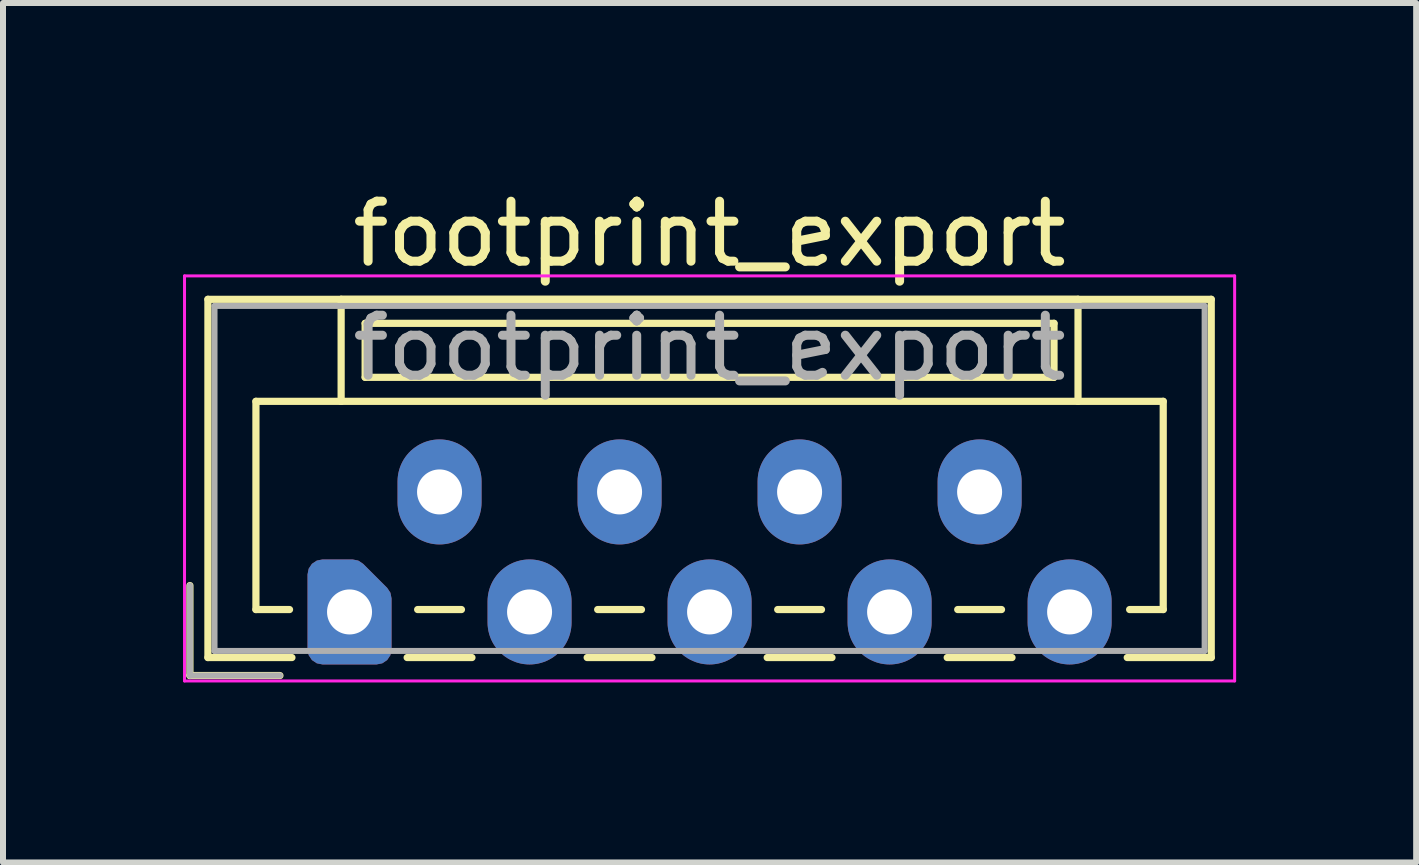
<source format=kicad_pcb>
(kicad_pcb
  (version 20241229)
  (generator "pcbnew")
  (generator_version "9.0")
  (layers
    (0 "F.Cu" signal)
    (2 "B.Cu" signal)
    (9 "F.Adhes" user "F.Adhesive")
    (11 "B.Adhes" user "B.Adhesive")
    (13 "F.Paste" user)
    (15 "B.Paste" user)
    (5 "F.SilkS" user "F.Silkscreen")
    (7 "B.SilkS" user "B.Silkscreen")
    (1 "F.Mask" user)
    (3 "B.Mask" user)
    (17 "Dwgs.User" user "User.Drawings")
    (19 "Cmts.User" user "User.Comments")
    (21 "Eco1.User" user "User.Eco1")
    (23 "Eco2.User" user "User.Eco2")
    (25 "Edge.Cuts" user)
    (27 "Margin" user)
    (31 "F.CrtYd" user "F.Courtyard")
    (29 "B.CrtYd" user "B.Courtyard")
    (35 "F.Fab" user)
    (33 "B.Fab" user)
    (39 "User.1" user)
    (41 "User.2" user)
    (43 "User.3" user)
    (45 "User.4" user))
  (footprint "footprint_export"
    (layer "F.Cu")
    (at 2.775 7.148)
    (property "Reference" "footprint_export" (at 6 -6.3 0) (layer "F.SilkS") (effects (font (size 1 1) (thickness 0.15))))
    (attr through_hole)
    (fp_line (start -2.66 -0.44) (end -2.66 1.06) (stroke (width 0.12) (type solid)) (layer "F.SilkS"))
    (fp_line (start -2.66 1.06) (end -1.16 1.06) (stroke (width 0.12) (type solid)) (layer "F.SilkS"))
    (fp_line (start -2.36 -5.21) (end 14.36 -5.21) (stroke (width 0.12) (type solid)) (layer "F.SilkS"))
    (fp_line (start -2.36 0.76) (end -2.36 -5.21) (stroke (width 0.12) (type solid)) (layer "F.SilkS"))
    (fp_line (start -1.56 -3.51) (end -1.56 -0.04) (stroke (width 0.12) (type solid)) (layer "F.SilkS"))
    (fp_line (start -1.56 -0.04) (end -1 -0.04) (stroke (width 0.12) (type solid)) (layer "F.SilkS"))
    (fp_line (start -0.96 0.76) (end -2.36 0.76) (stroke (width 0.12) (type solid)) (layer "F.SilkS"))
    (fp_line (start -0.14 -5.21) (end -0.14 -3.51) (stroke (width 0.12) (type solid)) (layer "F.SilkS"))
    (fp_line (start -0.14 -3.51) (end -1.56 -3.51) (stroke (width 0.12) (type solid)) (layer "F.SilkS"))
    (fp_line (start -0.14 -3.51) (end 12.14 -3.51) (stroke (width 0.12) (type solid)) (layer "F.SilkS"))
    (fp_line (start 0.26 -4.81) (end 0.26 -3.91) (stroke (width 0.12) (type solid)) (layer "F.SilkS"))
    (fp_line (start 0.26 -3.91) (end 11.74 -3.91) (stroke (width 0.12) (type solid)) (layer "F.SilkS"))
    (fp_line (start 0.96 0.76) (end 2.04 0.76) (stroke (width 0.12) (type solid)) (layer "F.SilkS"))
    (fp_line (start 1.135 -0.04) (end 1.865 -0.04) (stroke (width 0.12) (type solid)) (layer "F.SilkS"))
    (fp_line (start 3.96 0.76) (end 5.04 0.76) (stroke (width 0.12) (type solid)) (layer "F.SilkS"))
    (fp_line (start 4.135 -0.04) (end 4.865 -0.04) (stroke (width 0.12) (type solid)) (layer "F.SilkS"))
    (fp_line (start 6.96 0.76) (end 8.04 0.76) (stroke (width 0.12) (type solid)) (layer "F.SilkS"))
    (fp_line (start 7.135 -0.04) (end 7.865 -0.04) (stroke (width 0.12) (type solid)) (layer "F.SilkS"))
    (fp_line (start 9.96 0.76) (end 11.04 0.76) (stroke (width 0.12) (type solid)) (layer "F.SilkS"))
    (fp_line (start 10.135 -0.04) (end 10.865 -0.04) (stroke (width 0.12) (type solid)) (layer "F.SilkS"))
    (fp_line (start 11.74 -4.81) (end 0.26 -4.81) (stroke (width 0.12) (type solid)) (layer "F.SilkS"))
    (fp_line (start 11.74 -3.91) (end 11.74 -4.81) (stroke (width 0.12) (type solid)) (layer "F.SilkS"))
    (fp_line (start 12.14 -5.21) (end -0.14 -5.21) (stroke (width 0.12) (type solid)) (layer "F.SilkS"))
    (fp_line (start 12.14 -3.51) (end 12.14 -5.21) (stroke (width 0.12) (type solid)) (layer "F.SilkS"))
    (fp_line (start 12.14 -3.51) (end 13.56 -3.51) (stroke (width 0.12) (type solid)) (layer "F.SilkS"))
    (fp_line (start 13.56 -3.51) (end 13.56 -0.04) (stroke (width 0.12) (type solid)) (layer "F.SilkS"))
    (fp_line (start 13.56 -0.04) (end 13 -0.04) (stroke (width 0.12) (type solid)) (layer "F.SilkS"))
    (fp_line (start 14.36 -5.21) (end 14.36 0.76) (stroke (width 0.12) (type solid)) (layer "F.SilkS"))
    (fp_line (start 14.36 0.76) (end 12.96 0.76) (stroke (width 0.12) (type solid)) (layer "F.SilkS"))
    (fp_line (start -2.75 -5.6) (end -2.75 1.15) (stroke (width 0.05) (type solid)) (layer "F.CrtYd"))
    (fp_line (start -2.75 1.15) (end 14.75 1.15) (stroke (width 0.05) (type solid)) (layer "F.CrtYd"))
    (fp_line (start 14.75 -5.6) (end -2.75 -5.6) (stroke (width 0.05) (type solid)) (layer "F.CrtYd"))
    (fp_line (start 14.75 1.15) (end 14.75 -5.6) (stroke (width 0.05) (type solid)) (layer "F.CrtYd"))
    (fp_line (start -2.66 -0.44) (end -2.66 1.06) (stroke (width 0.1) (type solid)) (layer "F.Fab"))
    (fp_line (start -2.66 1.06) (end -1.16 1.06) (stroke (width 0.1) (type solid)) (layer "F.Fab"))
    (fp_line (start -2.25 -5.1) (end -2.25 0.65) (stroke (width 0.1) (type solid)) (layer "F.Fab"))
    (fp_line (start -2.25 0.65) (end 14.25 0.65) (stroke (width 0.1) (type solid)) (layer "F.Fab"))
    (fp_line (start 14.25 -5.1) (end -2.25 -5.1) (stroke (width 0.1) (type solid)) (layer "F.Fab"))
    (fp_line (start 14.25 0.65) (end 14.25 -5.1) (stroke (width 0.1) (type solid)) (layer "F.Fab"))
    (fp_text user "${REFERENCE}" (at 6 -4.4 0) (layer "F.Fab") (effects (font (size 1 1) (thickness 0.15))))
    (pad "1" thru_hole custom (at 0 0) (size 1.117 1.117) (drill 0.75) (layers "*.Cu" "*.Mask") (options (anchor circle)) (primitives (gr_poly (pts (xy 0.45 -0.225) (xy 0.45 0.625) (xy -0.45 0.625) (xy -0.45 -0.625) (xy 0.05 -0.625)) (width 0.5) (fill yes))))
    (pad "2" thru_hole oval (at 1.5 -2) (size 1.4 1.75) (drill 0.75) (layers "*.Cu" "*.Mask"))
    (pad "3" thru_hole oval (at 3 0) (size 1.4 1.75) (drill 0.75) (layers "*.Cu" "*.Mask"))
    (pad "4" thru_hole oval (at 4.5 -2) (size 1.4 1.75) (drill 0.75) (layers "*.Cu" "*.Mask"))
    (pad "5" thru_hole oval (at 6 0) (size 1.4 1.75) (drill 0.75) (layers "*.Cu" "*.Mask"))
    (pad "6" thru_hole oval (at 7.5 -2) (size 1.4 1.75) (drill 0.75) (layers "*.Cu" "*.Mask"))
    (pad "7" thru_hole oval (at 9 0) (size 1.4 1.75) (drill 0.75) (layers "*.Cu" "*.Mask"))
    (pad "8" thru_hole oval (at 10.5 -2) (size 1.4 1.75) (drill 0.75) (layers "*.Cu" "*.Mask"))
    (pad "9" thru_hole oval (at 12 0) (size 1.4 1.75) (drill 0.75) (layers "*.Cu" "*.Mask")))
  (gr_rect
    (start -3 -3)
    (end 20.55 11.323)
    (stroke (width 0.1) (type default))
    (fill no)
    (layer "Edge.Cuts")))
</source>
